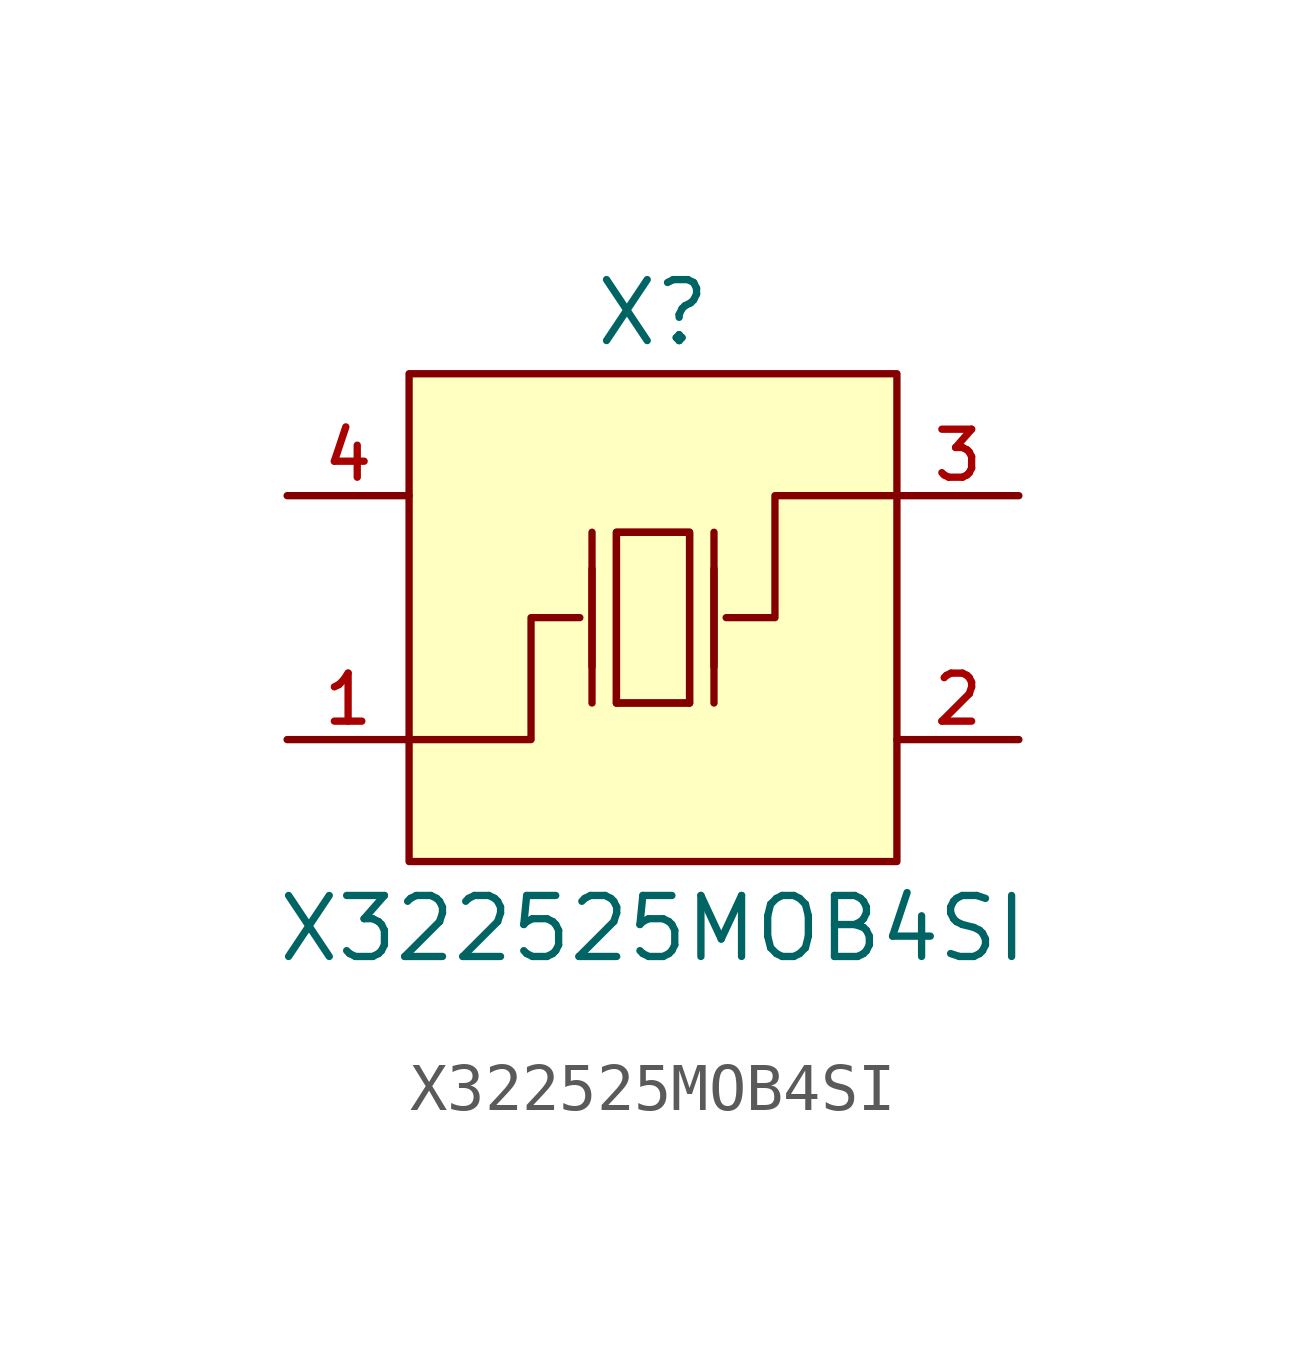
<source format=kicad_sym>
(kicad_symbol_lib
  (version 20220914)
  (generator kicad_symbol_editor)
  (symbol "X322525MOB4SI"
    (pin_names hide)
    (property "Reference" "X"
      (at 0 6.35 0)
      (effects (font (size 1.27 1.27))))
    (property "Value" "X322525MOB4SI"
      (at 0 -6.477 0)
      (effects (font (size 1.27 1.27))))
    (symbol "X322525MOB4SI_0_1"
      (rectangle (start -5.08 5.08) (end 5.08 -5.08) (stroke (width 0) (type default)) (fill (type background)))
      (polyline (pts (xy -1.27 -1.778) (xy -1.27 1.778)) (stroke (width 0) (type default)) (fill (type none)))
      (polyline (pts (xy -1.27 -1.016) (xy -1.27 1.016)) (stroke (width 0) (type default)) (fill (type none)))
      (polyline (pts (xy 0.762 -1.778) (xy -0.762 -1.778)) (stroke (width 0) (type default)) (fill (type none)))
      (polyline (pts (xy 1.27 -1.778) (xy 1.27 1.778)) (stroke (width 0) (type default)) (fill (type none)))
      (polyline (pts (xy 1.27 -1.016) (xy 1.27 1.016)) (stroke (width 0) (type default)) (fill (type none)))
      (polyline (pts (xy -5.08 -2.54) (xy -2.54 -2.54) (xy -2.54 0) (xy -1.524 0)) (stroke (width 0) (type default)) (fill (type none)))
      (polyline (pts (xy -0.762 -1.778) (xy -0.762 1.778) (xy 0.762 1.778) (xy 0.762 -1.778)) (stroke (width 0) (type default)) (fill (type none)))
      (polyline (pts (xy 5.08 2.54) (xy 2.54 2.54) (xy 2.54 0) (xy 1.524 0)) (stroke (width 0) (type default)) (fill (type none)))
      (polyline (pts (xy 0.762 1.778) (xy 0.762 -1.778) (xy -0.762 -1.778) (xy -0.762 1.778) (xy 0.762 1.778)) (stroke (width 0) (type default)) (fill (type none)))
      (pin unspecified line (at -7.62 -2.54 0) (length 2.54) (name "OSC1" (effects (font (size 1 1)))) (number "1" (effects (font (size 1 1)))))
      (pin unspecified line (at 7.62 -2.54 180) (length 2.54) (name "GND" (effects (font (size 1 1)))) (number "2" (effects (font (size 1 1)))))
      (pin unspecified line (at 7.62 2.54 180) (length 2.54) (name "OSC2" (effects (font (size 1 1)))) (number "3" (effects (font (size 1 1)))))
      (pin unspecified line (at -7.62 2.54 0) (length 2.54) (name "GND" (effects (font (size 1 1)))) (number "4" (effects (font (size 1 1))))))))
</source>
